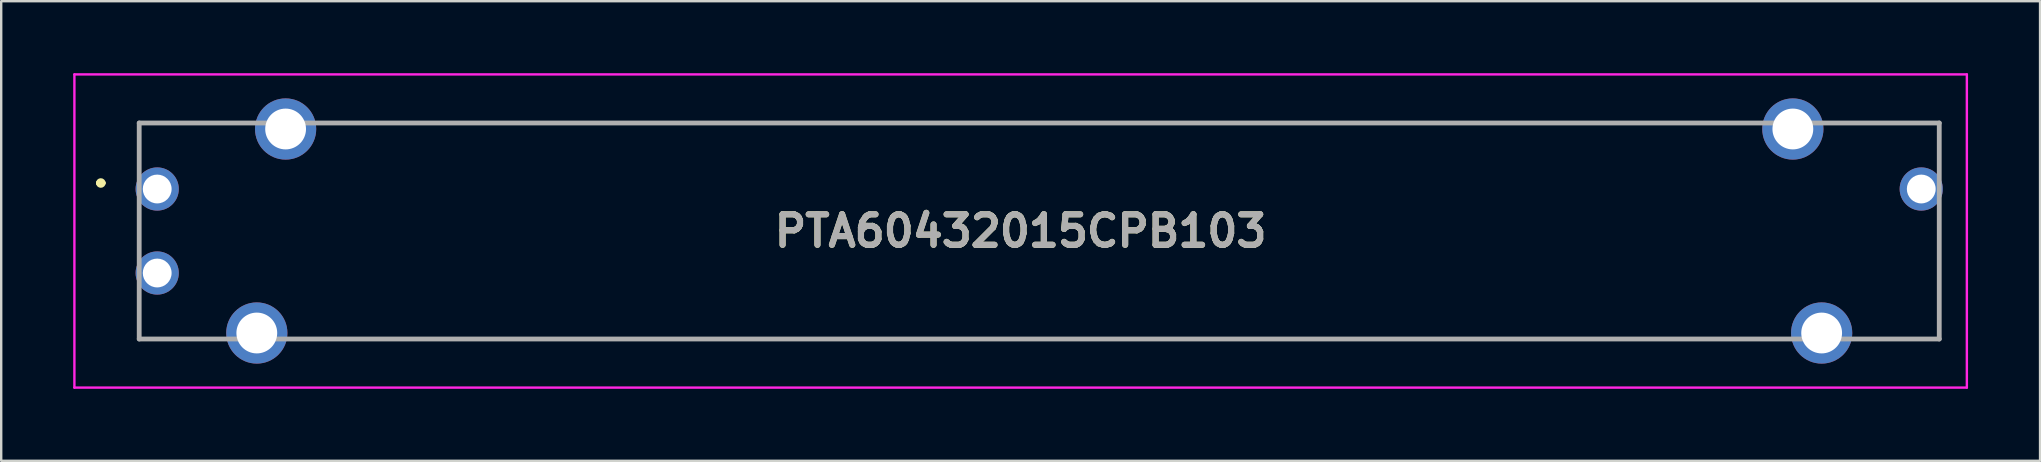
<source format=kicad_pcb>
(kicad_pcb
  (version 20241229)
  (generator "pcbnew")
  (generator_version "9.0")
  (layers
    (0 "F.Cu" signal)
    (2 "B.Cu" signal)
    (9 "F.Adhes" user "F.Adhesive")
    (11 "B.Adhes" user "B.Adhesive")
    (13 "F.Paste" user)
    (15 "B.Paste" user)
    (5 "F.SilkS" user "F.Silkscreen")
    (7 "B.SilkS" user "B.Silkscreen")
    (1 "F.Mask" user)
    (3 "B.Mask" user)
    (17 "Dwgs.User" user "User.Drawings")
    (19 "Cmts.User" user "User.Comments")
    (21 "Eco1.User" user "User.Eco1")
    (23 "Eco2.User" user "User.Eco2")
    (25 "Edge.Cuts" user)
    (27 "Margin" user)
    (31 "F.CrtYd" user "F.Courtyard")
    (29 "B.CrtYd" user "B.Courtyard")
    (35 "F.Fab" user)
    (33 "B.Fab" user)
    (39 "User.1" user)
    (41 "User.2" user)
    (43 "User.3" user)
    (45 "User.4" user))
  (footprint "PTA60432015CPB103"
    (layer "F.Cu")
    (at 40.25 6.603)
    (property "Reference" "PTA60432015CPB103" (at -0.775 -0.028 0) (layer "F.SilkS") (effects (font (size 1.27 1.27) (thickness 0.254))))
    (attr through_hole)
    (fp_line (start -39.2 -2.028) (end -39.2 -2.028) (stroke (width 0.2) (type solid)) (layer "F.SilkS"))
    (fp_line (start -39 -2.028) (end -39 -2.028) (stroke (width 0.2) (type solid)) (layer "F.SilkS"))
    (fp_line (start -37.5 -4.528) (end -33 -4.528) (stroke (width 0.1) (type solid)) (layer "F.SilkS"))
    (fp_line (start -37.5 -3.028) (end -37.5 -4.528) (stroke (width 0.1) (type solid)) (layer "F.SilkS"))
    (fp_line (start -37.5 2.972) (end -37.5 4.472) (stroke (width 0.1) (type solid)) (layer "F.SilkS"))
    (fp_line (start -37.5 4.472) (end -34 4.472) (stroke (width 0.1) (type solid)) (layer "F.SilkS"))
    (fp_line (start -30 -4.528) (end 30 -4.528) (stroke (width 0.1) (type solid)) (layer "F.SilkS"))
    (fp_line (start 31 4.472) (end -31 4.472) (stroke (width 0.1) (type solid)) (layer "F.SilkS"))
    (fp_line (start 33 -4.528) (end 37.5 -4.528) (stroke (width 0.1) (type solid)) (layer "F.SilkS"))
    (fp_line (start 34 4.472) (end 37.5 4.472) (stroke (width 0.1) (type solid)) (layer "F.SilkS"))
    (fp_line (start 37.5 -4.528) (end 37.5 -3.028) (stroke (width 0.1) (type solid)) (layer "F.SilkS"))
    (fp_line (start 37.5 4.472) (end 37.5 -0.028) (stroke (width 0.1) (type solid)) (layer "F.SilkS"))
    (fp_arc (start -39.2 -2.028) (mid -39.1 -2.128) (end -39 -2.028) (stroke (width 0.2) (type solid)) (layer "F.SilkS"))
    (fp_arc (start -39 -2.028) (mid -39.1 -1.928) (end -39.2 -2.028) (stroke (width 0.2) (type solid)) (layer "F.SilkS"))
    (fp_line (start -40.2 -6.553) (end 38.65 -6.553) (stroke (width 0.1) (type solid)) (layer "F.CrtYd"))
    (fp_line (start -40.2 6.497) (end -40.2 -6.553) (stroke (width 0.1) (type solid)) (layer "F.CrtYd"))
    (fp_line (start 38.65 -6.553) (end 38.65 6.497) (stroke (width 0.1) (type solid)) (layer "F.CrtYd"))
    (fp_line (start 38.65 6.497) (end -40.2 6.497) (stroke (width 0.1) (type solid)) (layer "F.CrtYd"))
    (fp_line (start -37.5 -4.528) (end 37.5 -4.528) (stroke (width 0.2) (type solid)) (layer "F.Fab"))
    (fp_line (start -37.5 4.472) (end -37.5 -4.528) (stroke (width 0.2) (type solid)) (layer "F.Fab"))
    (fp_line (start 37.5 -4.528) (end 37.5 4.472) (stroke (width 0.2) (type solid)) (layer "F.Fab"))
    (fp_line (start 37.5 4.472) (end -37.5 4.472) (stroke (width 0.2) (type solid)) (layer "F.Fab"))
    (fp_text user "${REFERENCE}" (at -0.775 -0.028 0) (layer "F.Fab") (effects (font (size 1.27 1.27) (thickness 0.254))))
    (pad "1" thru_hole circle (at -36.75 -1.778) (size 1.8 1.8) (drill 1.2) (layers "*.Cu" "*.Mask"))
    (pad "2" thru_hole circle (at -36.75 1.722) (size 1.8 1.8) (drill 1.2) (layers "*.Cu" "*.Mask"))
    (pad "3" thru_hole circle (at 36.75 -1.778) (size 1.8 1.8) (drill 1.2) (layers "*.Cu" "*.Mask"))
    (pad "MH1" thru_hole circle (at -31.4 -4.278) (size 2.55 2.55) (drill 1.7) (layers "*.Cu" "*.Mask"))
    (pad "MH2" thru_hole circle (at -32.6 4.222) (size 2.55 2.55) (drill 1.7) (layers "*.Cu" "*.Mask"))
    (pad "MH3" thru_hole circle (at 32.6 4.222) (size 2.55 2.55) (drill 1.7) (layers "*.Cu" "*.Mask"))
    (pad "MH4" thru_hole circle (at 31.4 -4.278) (size 2.55 2.55) (drill 1.7) (layers "*.Cu" "*.Mask")))
  (gr_rect
    (start -3 -3)
    (end 81.95 16.15)
    (stroke (width 0.1) (type default))
    (fill no)
    (layer "Edge.Cuts")))
</source>
